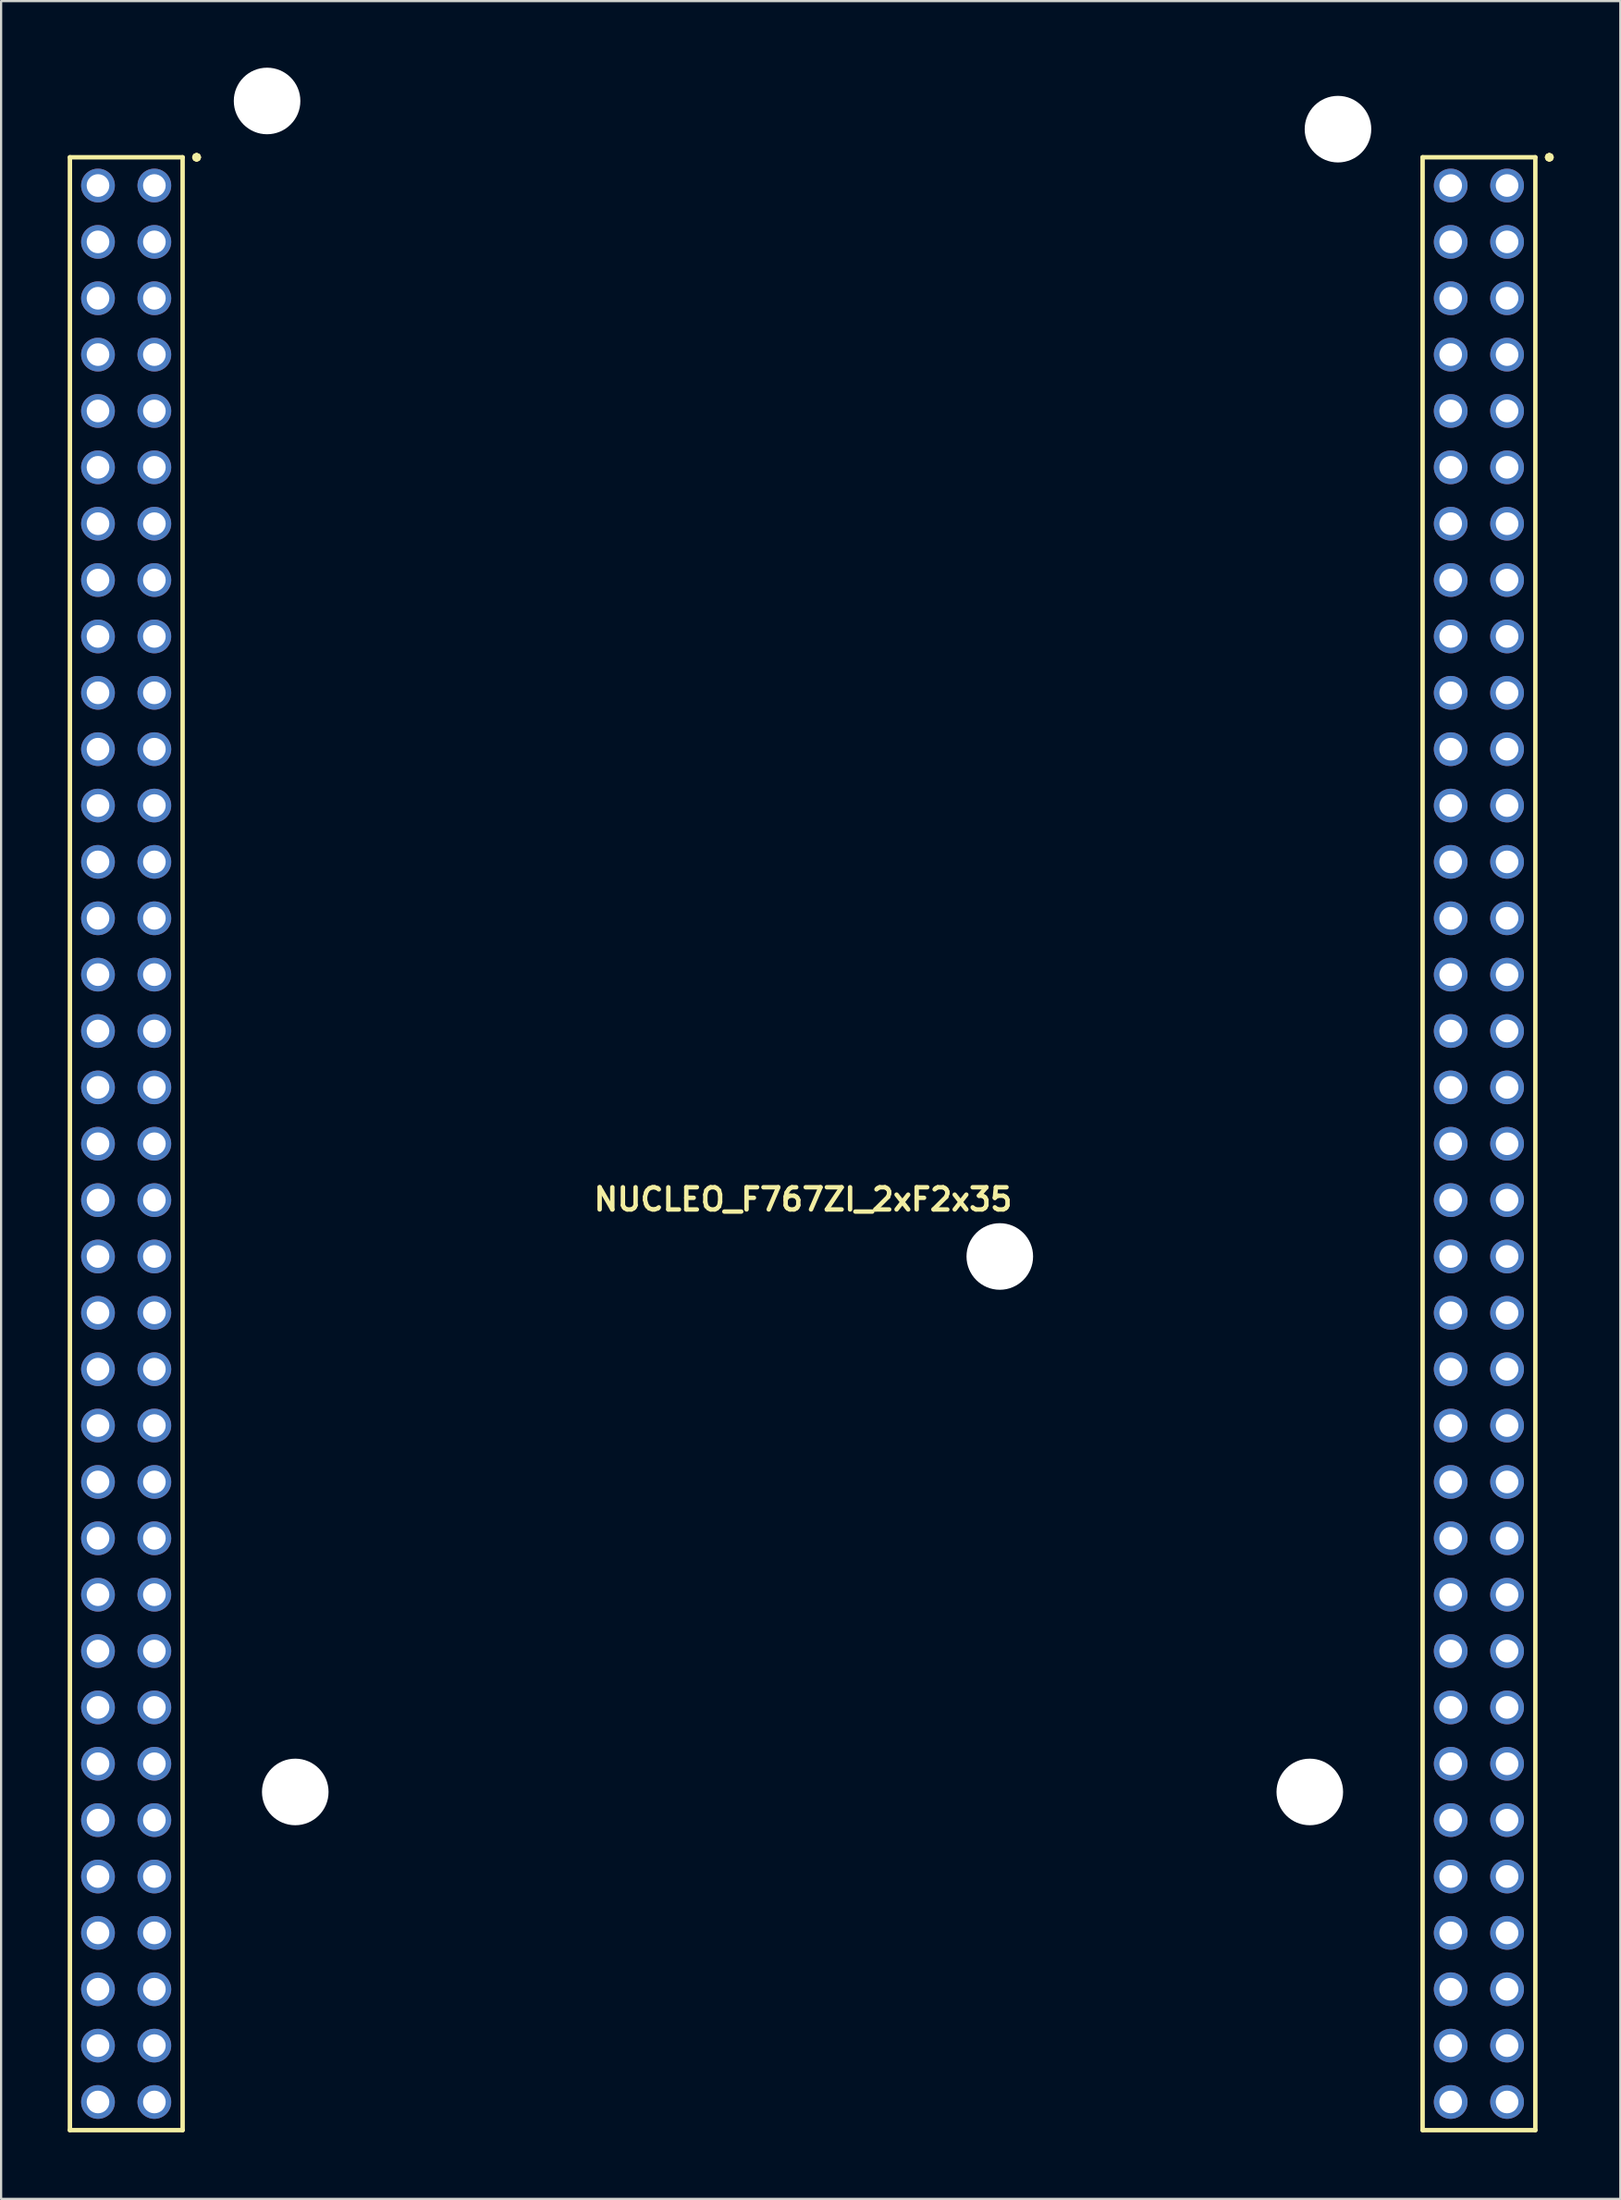
<source format=kicad_pcb>
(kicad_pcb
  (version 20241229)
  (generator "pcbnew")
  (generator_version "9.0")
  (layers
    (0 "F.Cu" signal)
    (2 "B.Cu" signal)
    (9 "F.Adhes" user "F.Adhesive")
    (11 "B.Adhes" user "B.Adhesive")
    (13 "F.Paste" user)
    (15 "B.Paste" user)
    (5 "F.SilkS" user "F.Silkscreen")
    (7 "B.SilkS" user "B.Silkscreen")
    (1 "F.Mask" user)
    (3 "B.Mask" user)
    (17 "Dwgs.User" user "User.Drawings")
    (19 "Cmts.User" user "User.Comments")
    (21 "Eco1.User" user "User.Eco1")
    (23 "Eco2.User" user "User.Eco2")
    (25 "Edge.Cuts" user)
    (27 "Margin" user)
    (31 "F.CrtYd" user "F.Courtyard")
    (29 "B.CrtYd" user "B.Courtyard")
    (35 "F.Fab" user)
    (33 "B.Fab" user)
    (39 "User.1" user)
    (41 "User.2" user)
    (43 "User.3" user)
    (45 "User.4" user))
  (footprint "NUCLEO_F767ZI_2xF2x35"
    (layer "F.Cu")
    (at 33.14 52.998)
    (property "Reference" "NUCLEO_F767ZI_2xF2x35" (at 0 -2 0) (layer "F.SilkS") (effects (font (size 1 1) (thickness 0.2))))
    (attr through_hole)
    (fp_line (start -33.04 -48.96) (end -33.04 39.94) (stroke (width 0.2) (type solid)) (layer "F.SilkS"))
    (fp_line (start -33.04 39.94) (end -27.96 39.94) (stroke (width 0.2) (type solid)) (layer "F.SilkS"))
    (fp_line (start -27.96 -48.96) (end -33.04 -48.96) (stroke (width 0.2) (type solid)) (layer "F.SilkS"))
    (fp_line (start -27.96 39.94) (end -27.96 -48.96) (stroke (width 0.2) (type solid)) (layer "F.SilkS"))
    (fp_line (start -27.43 -48.96) (end -27.4 -48.89) (stroke (width 0.2) (type solid)) (layer "F.SilkS"))
    (fp_line (start -27.4 -49.03) (end -27.43 -48.96) (stroke (width 0.2) (type solid)) (layer "F.SilkS"))
    (fp_line (start -27.4 -48.89) (end -27.33 -48.86) (stroke (width 0.2) (type solid)) (layer "F.SilkS"))
    (fp_line (start -27.33 -49.06) (end -27.4 -49.03) (stroke (width 0.2) (type solid)) (layer "F.SilkS"))
    (fp_line (start -27.33 -48.86) (end -27.26 -48.89) (stroke (width 0.2) (type solid)) (layer "F.SilkS"))
    (fp_line (start -27.26 -49.03) (end -27.33 -49.06) (stroke (width 0.2) (type solid)) (layer "F.SilkS"))
    (fp_line (start -27.26 -48.89) (end -27.23 -48.96) (stroke (width 0.2) (type solid)) (layer "F.SilkS"))
    (fp_line (start -27.23 -48.96) (end -27.26 -49.03) (stroke (width 0.2) (type solid)) (layer "F.SilkS"))
    (fp_line (start 27.92 -48.96) (end 27.92 39.94) (stroke (width 0.2) (type solid)) (layer "F.SilkS"))
    (fp_line (start 27.92 39.94) (end 33 39.94) (stroke (width 0.2) (type solid)) (layer "F.SilkS"))
    (fp_line (start 33 -48.96) (end 27.92 -48.96) (stroke (width 0.2) (type solid)) (layer "F.SilkS"))
    (fp_line (start 33 39.94) (end 33 -48.96) (stroke (width 0.2) (type solid)) (layer "F.SilkS"))
    (fp_line (start 33.53 -48.96) (end 33.56 -48.89) (stroke (width 0.2) (type solid)) (layer "F.SilkS"))
    (fp_line (start 33.56 -49.03) (end 33.53 -48.96) (stroke (width 0.2) (type solid)) (layer "F.SilkS"))
    (fp_line (start 33.56 -48.89) (end 33.63 -48.86) (stroke (width 0.2) (type solid)) (layer "F.SilkS"))
    (fp_line (start 33.63 -49.06) (end 33.56 -49.03) (stroke (width 0.2) (type solid)) (layer "F.SilkS"))
    (fp_line (start 33.63 -48.86) (end 33.7 -48.89) (stroke (width 0.2) (type solid)) (layer "F.SilkS"))
    (fp_line (start 33.7 -49.03) (end 33.63 -49.06) (stroke (width 0.2) (type solid)) (layer "F.SilkS"))
    (fp_line (start 33.7 -48.89) (end 33.73 -48.96) (stroke (width 0.2) (type solid)) (layer "F.SilkS"))
    (fp_line (start 33.73 -48.96) (end 33.7 -49.03) (stroke (width 0.2) (type solid)) (layer "F.SilkS"))
    (pad "" np_thru_hole circle (at -24.154 -51.498) (size 3 3) (drill 3) (layers "*.Cu" "*.Mask"))
    (pad "" np_thru_hole circle (at -22.884 24.701) (size 3 3) (drill 3) (layers "*.Cu" "*.Mask"))
    (pad "" np_thru_hole circle (at 8.866 0.572) (size 3 3) (drill 3) (layers "*.Cu" "*.Mask"))
    (pad "" np_thru_hole circle (at 22.836 24.701) (size 3 3) (drill 3) (layers "*.Cu" "*.Mask"))
    (pad "" np_thru_hole circle (at 24.106 -50.228) (size 3 3) (drill 3) (layers "*.Cu" "*.Mask"))
    (pad "1101" thru_hole circle (at -31.774 -47.688) (size 1.52 1.52) (drill 1.02) (layers "*.Cu" "*.Mask"))
    (pad "1102" thru_hole circle (at -29.234 -47.688) (size 1.52 1.52) (drill 1.02) (layers "*.Cu" "*.Mask"))
    (pad "1103" thru_hole circle (at -31.774 -45.148) (size 1.52 1.52) (drill 1.02) (layers "*.Cu" "*.Mask"))
    (pad "1104" thru_hole circle (at -29.234 -45.148) (size 1.52 1.52) (drill 1.02) (layers "*.Cu" "*.Mask"))
    (pad "1105" thru_hole circle (at -31.774 -42.608) (size 1.52 1.52) (drill 1.02) (layers "*.Cu" "*.Mask"))
    (pad "1106" thru_hole circle (at -29.234 -42.608) (size 1.52 1.52) (drill 1.02) (layers "*.Cu" "*.Mask"))
    (pad "1107" thru_hole circle (at -31.774 -40.069) (size 1.52 1.52) (drill 1.02) (layers "*.Cu" "*.Mask"))
    (pad "1108" thru_hole circle (at -29.234 -40.069) (size 1.52 1.52) (drill 1.02) (layers "*.Cu" "*.Mask"))
    (pad "1109" thru_hole circle (at -31.774 -37.529) (size 1.52 1.52) (drill 1.02) (layers "*.Cu" "*.Mask"))
    (pad "1110" thru_hole circle (at -29.234 -37.529) (size 1.52 1.52) (drill 1.02) (layers "*.Cu" "*.Mask"))
    (pad "1111" thru_hole circle (at -31.774 -34.989) (size 1.52 1.52) (drill 1.02) (layers "*.Cu" "*.Mask"))
    (pad "1112" thru_hole circle (at -29.234 -34.989) (size 1.52 1.52) (drill 1.02) (layers "*.Cu" "*.Mask"))
    (pad "1113" thru_hole circle (at -31.774 -32.449) (size 1.52 1.52) (drill 1.02) (layers "*.Cu" "*.Mask"))
    (pad "1114" thru_hole circle (at -29.234 -32.449) (size 1.52 1.52) (drill 1.02) (layers "*.Cu" "*.Mask"))
    (pad "1115" thru_hole circle (at -31.774 -29.909) (size 1.52 1.52) (drill 1.02) (layers "*.Cu" "*.Mask"))
    (pad "1116" thru_hole circle (at -29.234 -29.909) (size 1.52 1.52) (drill 1.02) (layers "*.Cu" "*.Mask"))
    (pad "1117" thru_hole circle (at -31.774 -27.369) (size 1.52 1.52) (drill 1.02) (layers "*.Cu" "*.Mask"))
    (pad "1118" thru_hole circle (at -29.234 -27.369) (size 1.52 1.52) (drill 1.02) (layers "*.Cu" "*.Mask"))
    (pad "1119" thru_hole circle (at -31.774 -24.828) (size 1.52 1.52) (drill 1.02) (layers "*.Cu" "*.Mask"))
    (pad "1120" thru_hole circle (at -29.234 -24.828) (size 1.52 1.52) (drill 1.02) (layers "*.Cu" "*.Mask"))
    (pad "1121" thru_hole circle (at -31.774 -22.288) (size 1.52 1.52) (drill 1.02) (layers "*.Cu" "*.Mask"))
    (pad "1122" thru_hole circle (at -29.234 -22.288) (size 1.52 1.52) (drill 1.02) (layers "*.Cu" "*.Mask"))
    (pad "1123" thru_hole circle (at -31.774 -19.748) (size 1.52 1.52) (drill 1.02) (layers "*.Cu" "*.Mask"))
    (pad "1124" thru_hole circle (at -29.234 -19.748) (size 1.52 1.52) (drill 1.02) (layers "*.Cu" "*.Mask"))
    (pad "1125" thru_hole circle (at -31.774 -17.209) (size 1.52 1.52) (drill 1.02) (layers "*.Cu" "*.Mask"))
    (pad "1126" thru_hole circle (at -29.234 -17.209) (size 1.52 1.52) (drill 1.02) (layers "*.Cu" "*.Mask"))
    (pad "1127" thru_hole circle (at -31.774 -14.668) (size 1.52 1.52) (drill 1.02) (layers "*.Cu" "*.Mask"))
    (pad "1128" thru_hole circle (at -29.234 -14.668) (size 1.52 1.52) (drill 1.02) (layers "*.Cu" "*.Mask"))
    (pad "1129" thru_hole circle (at -31.774 -12.129) (size 1.52 1.52) (drill 1.02) (layers "*.Cu" "*.Mask"))
    (pad "1130" thru_hole circle (at -29.234 -12.129) (size 1.52 1.52) (drill 1.02) (layers "*.Cu" "*.Mask"))
    (pad "1131" thru_hole circle (at -31.774 -9.588) (size 1.52 1.52) (drill 1.02) (layers "*.Cu" "*.Mask"))
    (pad "1132" thru_hole circle (at -29.234 -9.588) (size 1.52 1.52) (drill 1.02) (layers "*.Cu" "*.Mask"))
    (pad "1133" thru_hole circle (at -31.774 -7.048) (size 1.52 1.52) (drill 1.02) (layers "*.Cu" "*.Mask"))
    (pad "1134" thru_hole circle (at -29.234 -7.048) (size 1.52 1.52) (drill 1.02) (layers "*.Cu" "*.Mask"))
    (pad "1135" thru_hole circle (at -31.774 -4.508) (size 1.52 1.52) (drill 1.02) (layers "*.Cu" "*.Mask"))
    (pad "1136" thru_hole circle (at -29.234 -4.508) (size 1.52 1.52) (drill 1.02) (layers "*.Cu" "*.Mask"))
    (pad "1137" thru_hole circle (at -31.774 -1.968) (size 1.52 1.52) (drill 1.02) (layers "*.Cu" "*.Mask"))
    (pad "1138" thru_hole circle (at -29.234 -1.968) (size 1.52 1.52) (drill 1.02) (layers "*.Cu" "*.Mask"))
    (pad "1139" thru_hole circle (at -31.774 0.572) (size 1.52 1.52) (drill 1.02) (layers "*.Cu" "*.Mask"))
    (pad "1140" thru_hole circle (at -29.234 0.572) (size 1.52 1.52) (drill 1.02) (layers "*.Cu" "*.Mask"))
    (pad "1141" thru_hole circle (at -31.774 3.111) (size 1.52 1.52) (drill 1.02) (layers "*.Cu" "*.Mask"))
    (pad "1142" thru_hole circle (at -29.234 3.111) (size 1.52 1.52) (drill 1.02) (layers "*.Cu" "*.Mask"))
    (pad "1143" thru_hole circle (at -31.774 5.652) (size 1.52 1.52) (drill 1.02) (layers "*.Cu" "*.Mask"))
    (pad "1144" thru_hole circle (at -29.234 5.652) (size 1.52 1.52) (drill 1.02) (layers "*.Cu" "*.Mask"))
    (pad "1145" thru_hole circle (at -31.774 8.191) (size 1.52 1.52) (drill 1.02) (layers "*.Cu" "*.Mask"))
    (pad "1146" thru_hole circle (at -29.234 8.191) (size 1.52 1.52) (drill 1.02) (layers "*.Cu" "*.Mask"))
    (pad "1147" thru_hole circle (at -31.774 10.732) (size 1.52 1.52) (drill 1.02) (layers "*.Cu" "*.Mask"))
    (pad "1148" thru_hole circle (at -29.234 10.732) (size 1.52 1.52) (drill 1.02) (layers "*.Cu" "*.Mask"))
    (pad "1149" thru_hole circle (at -31.774 13.271) (size 1.52 1.52) (drill 1.02) (layers "*.Cu" "*.Mask"))
    (pad "1150" thru_hole circle (at -29.234 13.271) (size 1.52 1.52) (drill 1.02) (layers "*.Cu" "*.Mask"))
    (pad "1151" thru_hole circle (at -31.774 15.812) (size 1.52 1.52) (drill 1.02) (layers "*.Cu" "*.Mask"))
    (pad "1152" thru_hole circle (at -29.234 15.812) (size 1.52 1.52) (drill 1.02) (layers "*.Cu" "*.Mask"))
    (pad "1153" thru_hole circle (at -31.774 18.352) (size 1.52 1.52) (drill 1.02) (layers "*.Cu" "*.Mask"))
    (pad "1154" thru_hole circle (at -29.234 18.352) (size 1.52 1.52) (drill 1.02) (layers "*.Cu" "*.Mask"))
    (pad "1155" thru_hole circle (at -31.774 20.892) (size 1.52 1.52) (drill 1.02) (layers "*.Cu" "*.Mask"))
    (pad "1156" thru_hole circle (at -29.234 20.892) (size 1.52 1.52) (drill 1.02) (layers "*.Cu" "*.Mask"))
    (pad "1157" thru_hole circle (at -31.774 23.431) (size 1.52 1.52) (drill 1.02) (layers "*.Cu" "*.Mask"))
    (pad "1158" thru_hole circle (at -29.234 23.431) (size 1.52 1.52) (drill 1.02) (layers "*.Cu" "*.Mask"))
    (pad "1159" thru_hole circle (at -31.774 25.971) (size 1.52 1.52) (drill 1.02) (layers "*.Cu" "*.Mask"))
    (pad "1160" thru_hole circle (at -29.234 25.971) (size 1.52 1.52) (drill 1.02) (layers "*.Cu" "*.Mask"))
    (pad "1161" thru_hole circle (at -31.774 28.512) (size 1.52 1.52) (drill 1.02) (layers "*.Cu" "*.Mask"))
    (pad "1162" thru_hole circle (at -29.234 28.512) (size 1.52 1.52) (drill 1.02) (layers "*.Cu" "*.Mask"))
    (pad "1163" thru_hole circle (at -31.774 31.052) (size 1.52 1.52) (drill 1.02) (layers "*.Cu" "*.Mask"))
    (pad "1164" thru_hole circle (at -29.234 31.052) (size 1.52 1.52) (drill 1.02) (layers "*.Cu" "*.Mask"))
    (pad "1165" thru_hole circle (at -31.774 33.592) (size 1.52 1.52) (drill 1.02) (layers "*.Cu" "*.Mask"))
    (pad "1166" thru_hole circle (at -29.234 33.592) (size 1.52 1.52) (drill 1.02) (layers "*.Cu" "*.Mask"))
    (pad "1167" thru_hole circle (at -31.774 36.132) (size 1.52 1.52) (drill 1.02) (layers "*.Cu" "*.Mask"))
    (pad "1168" thru_hole circle (at -29.234 36.132) (size 1.52 1.52) (drill 1.02) (layers "*.Cu" "*.Mask"))
    (pad "1169" thru_hole circle (at -31.774 38.672) (size 1.52 1.52) (drill 1.02) (layers "*.Cu" "*.Mask"))
    (pad "1170" thru_hole circle (at -29.234 38.672) (size 1.52 1.52) (drill 1.02) (layers "*.Cu" "*.Mask"))
    (pad "1201" thru_hole circle (at 29.186 -47.688) (size 1.52 1.52) (drill 1.02) (layers "*.Cu" "*.Mask"))
    (pad "1202" thru_hole circle (at 31.726 -47.688) (size 1.52 1.52) (drill 1.02) (layers "*.Cu" "*.Mask"))
    (pad "1203" thru_hole circle (at 29.186 -45.148) (size 1.52 1.52) (drill 1.02) (layers "*.Cu" "*.Mask"))
    (pad "1204" thru_hole circle (at 31.726 -45.148) (size 1.52 1.52) (drill 1.02) (layers "*.Cu" "*.Mask"))
    (pad "1205" thru_hole circle (at 29.186 -42.608) (size 1.52 1.52) (drill 1.02) (layers "*.Cu" "*.Mask"))
    (pad "1206" thru_hole circle (at 31.726 -42.608) (size 1.52 1.52) (drill 1.02) (layers "*.Cu" "*.Mask"))
    (pad "1207" thru_hole circle (at 29.186 -40.069) (size 1.52 1.52) (drill 1.02) (layers "*.Cu" "*.Mask"))
    (pad "1208" thru_hole circle (at 31.726 -40.069) (size 1.52 1.52) (drill 1.02) (layers "*.Cu" "*.Mask"))
    (pad "1209" thru_hole circle (at 29.186 -37.529) (size 1.52 1.52) (drill 1.02) (layers "*.Cu" "*.Mask"))
    (pad "1210" thru_hole circle (at 31.726 -37.529) (size 1.52 1.52) (drill 1.02) (layers "*.Cu" "*.Mask"))
    (pad "1211" thru_hole circle (at 29.186 -34.989) (size 1.52 1.52) (drill 1.02) (layers "*.Cu" "*.Mask"))
    (pad "1212" thru_hole circle (at 31.726 -34.989) (size 1.52 1.52) (drill 1.02) (layers "*.Cu" "*.Mask"))
    (pad "1213" thru_hole circle (at 29.186 -32.449) (size 1.52 1.52) (drill 1.02) (layers "*.Cu" "*.Mask"))
    (pad "1214" thru_hole circle (at 31.726 -32.449) (size 1.52 1.52) (drill 1.02) (layers "*.Cu" "*.Mask"))
    (pad "1215" thru_hole circle (at 29.186 -29.909) (size 1.52 1.52) (drill 1.02) (layers "*.Cu" "*.Mask"))
    (pad "1216" thru_hole circle (at 31.726 -29.909) (size 1.52 1.52) (drill 1.02) (layers "*.Cu" "*.Mask"))
    (pad "1217" thru_hole circle (at 29.186 -27.369) (size 1.52 1.52) (drill 1.02) (layers "*.Cu" "*.Mask"))
    (pad "1218" thru_hole circle (at 31.726 -27.369) (size 1.52 1.52) (drill 1.02) (layers "*.Cu" "*.Mask"))
    (pad "1219" thru_hole circle (at 29.186 -24.828) (size 1.52 1.52) (drill 1.02) (layers "*.Cu" "*.Mask"))
    (pad "1220" thru_hole circle (at 31.726 -24.828) (size 1.52 1.52) (drill 1.02) (layers "*.Cu" "*.Mask"))
    (pad "1221" thru_hole circle (at 29.186 -22.288) (size 1.52 1.52) (drill 1.02) (layers "*.Cu" "*.Mask"))
    (pad "1222" thru_hole circle (at 31.726 -22.288) (size 1.52 1.52) (drill 1.02) (layers "*.Cu" "*.Mask"))
    (pad "1223" thru_hole circle (at 29.186 -19.748) (size 1.52 1.52) (drill 1.02) (layers "*.Cu" "*.Mask"))
    (pad "1224" thru_hole circle (at 31.726 -19.748) (size 1.52 1.52) (drill 1.02) (layers "*.Cu" "*.Mask"))
    (pad "1225" thru_hole circle (at 29.186 -17.209) (size 1.52 1.52) (drill 1.02) (layers "*.Cu" "*.Mask"))
    (pad "1226" thru_hole circle (at 31.726 -17.209) (size 1.52 1.52) (drill 1.02) (layers "*.Cu" "*.Mask"))
    (pad "1227" thru_hole circle (at 29.186 -14.668) (size 1.52 1.52) (drill 1.02) (layers "*.Cu" "*.Mask"))
    (pad "1228" thru_hole circle (at 31.726 -14.668) (size 1.52 1.52) (drill 1.02) (layers "*.Cu" "*.Mask"))
    (pad "1229" thru_hole circle (at 29.186 -12.129) (size 1.52 1.52) (drill 1.02) (layers "*.Cu" "*.Mask"))
    (pad "1230" thru_hole circle (at 31.726 -12.129) (size 1.52 1.52) (drill 1.02) (layers "*.Cu" "*.Mask"))
    (pad "1231" thru_hole circle (at 29.186 -9.588) (size 1.52 1.52) (drill 1.02) (layers "*.Cu" "*.Mask"))
    (pad "1232" thru_hole circle (at 31.726 -9.588) (size 1.52 1.52) (drill 1.02) (layers "*.Cu" "*.Mask"))
    (pad "1233" thru_hole circle (at 29.186 -7.048) (size 1.52 1.52) (drill 1.02) (layers "*.Cu" "*.Mask"))
    (pad "1234" thru_hole circle (at 31.726 -7.048) (size 1.52 1.52) (drill 1.02) (layers "*.Cu" "*.Mask"))
    (pad "1235" thru_hole circle (at 29.186 -4.508) (size 1.52 1.52) (drill 1.02) (layers "*.Cu" "*.Mask"))
    (pad "1236" thru_hole circle (at 31.726 -4.508) (size 1.52 1.52) (drill 1.02) (layers "*.Cu" "*.Mask"))
    (pad "1237" thru_hole circle (at 29.186 -1.968) (size 1.52 1.52) (drill 1.02) (layers "*.Cu" "*.Mask"))
    (pad "1238" thru_hole circle (at 31.726 -1.968) (size 1.52 1.52) (drill 1.02) (layers "*.Cu" "*.Mask"))
    (pad "1239" thru_hole circle (at 29.186 0.572) (size 1.52 1.52) (drill 1.02) (layers "*.Cu" "*.Mask"))
    (pad "1240" thru_hole circle (at 31.726 0.572) (size 1.52 1.52) (drill 1.02) (layers "*.Cu" "*.Mask"))
    (pad "1241" thru_hole circle (at 29.186 3.111) (size 1.52 1.52) (drill 1.02) (layers "*.Cu" "*.Mask"))
    (pad "1242" thru_hole circle (at 31.726 3.111) (size 1.52 1.52) (drill 1.02) (layers "*.Cu" "*.Mask"))
    (pad "1243" thru_hole circle (at 29.186 5.652) (size 1.52 1.52) (drill 1.02) (layers "*.Cu" "*.Mask"))
    (pad "1244" thru_hole circle (at 31.726 5.652) (size 1.52 1.52) (drill 1.02) (layers "*.Cu" "*.Mask"))
    (pad "1245" thru_hole circle (at 29.186 8.191) (size 1.52 1.52) (drill 1.02) (layers "*.Cu" "*.Mask"))
    (pad "1246" thru_hole circle (at 31.726 8.191) (size 1.52 1.52) (drill 1.02) (layers "*.Cu" "*.Mask"))
    (pad "1247" thru_hole circle (at 29.186 10.732) (size 1.52 1.52) (drill 1.02) (layers "*.Cu" "*.Mask"))
    (pad "1248" thru_hole circle (at 31.726 10.732) (size 1.52 1.52) (drill 1.02) (layers "*.Cu" "*.Mask"))
    (pad "1249" thru_hole circle (at 29.186 13.271) (size 1.52 1.52) (drill 1.02) (layers "*.Cu" "*.Mask"))
    (pad "1250" thru_hole circle (at 31.726 13.271) (size 1.52 1.52) (drill 1.02) (layers "*.Cu" "*.Mask"))
    (pad "1251" thru_hole circle (at 29.186 15.812) (size 1.52 1.52) (drill 1.02) (layers "*.Cu" "*.Mask"))
    (pad "1252" thru_hole circle (at 31.726 15.812) (size 1.52 1.52) (drill 1.02) (layers "*.Cu" "*.Mask"))
    (pad "1253" thru_hole circle (at 29.186 18.352) (size 1.52 1.52) (drill 1.02) (layers "*.Cu" "*.Mask"))
    (pad "1254" thru_hole circle (at 31.726 18.352) (size 1.52 1.52) (drill 1.02) (layers "*.Cu" "*.Mask"))
    (pad "1255" thru_hole circle (at 29.186 20.892) (size 1.52 1.52) (drill 1.02) (layers "*.Cu" "*.Mask"))
    (pad "1256" thru_hole circle (at 31.726 20.892) (size 1.52 1.52) (drill 1.02) (layers "*.Cu" "*.Mask"))
    (pad "1257" thru_hole circle (at 29.186 23.431) (size 1.52 1.52) (drill 1.02) (layers "*.Cu" "*.Mask"))
    (pad "1258" thru_hole circle (at 31.726 23.431) (size 1.52 1.52) (drill 1.02) (layers "*.Cu" "*.Mask"))
    (pad "1259" thru_hole circle (at 29.186 25.971) (size 1.52 1.52) (drill 1.02) (layers "*.Cu" "*.Mask"))
    (pad "1260" thru_hole circle (at 31.726 25.971) (size 1.52 1.52) (drill 1.02) (layers "*.Cu" "*.Mask"))
    (pad "1261" thru_hole circle (at 29.186 28.512) (size 1.52 1.52) (drill 1.02) (layers "*.Cu" "*.Mask"))
    (pad "1262" thru_hole circle (at 31.726 28.512) (size 1.52 1.52) (drill 1.02) (layers "*.Cu" "*.Mask"))
    (pad "1263" thru_hole circle (at 29.186 31.052) (size 1.52 1.52) (drill 1.02) (layers "*.Cu" "*.Mask"))
    (pad "1264" thru_hole circle (at 31.726 31.052) (size 1.52 1.52) (drill 1.02) (layers "*.Cu" "*.Mask"))
    (pad "1265" thru_hole circle (at 29.186 33.592) (size 1.52 1.52) (drill 1.02) (layers "*.Cu" "*.Mask"))
    (pad "1266" thru_hole circle (at 31.726 33.592) (size 1.52 1.52) (drill 1.02) (layers "*.Cu" "*.Mask"))
    (pad "1267" thru_hole circle (at 29.186 36.132) (size 1.52 1.52) (drill 1.02) (layers "*.Cu" "*.Mask"))
    (pad "1268" thru_hole circle (at 31.726 36.132) (size 1.52 1.52) (drill 1.02) (layers "*.Cu" "*.Mask"))
    (pad "1269" thru_hole circle (at 29.186 38.672) (size 1.52 1.52) (drill 1.02) (layers "*.Cu" "*.Mask"))
    (pad "1270" thru_hole circle (at 31.726 38.672) (size 1.52 1.52) (drill 1.02) (layers "*.Cu" "*.Mask")))
  (gr_rect
    (start -3 -3)
    (end 69.97 96.038)
    (stroke (width 0.1) (type default))
    (fill no)
    (layer "Edge.Cuts")))
</source>
